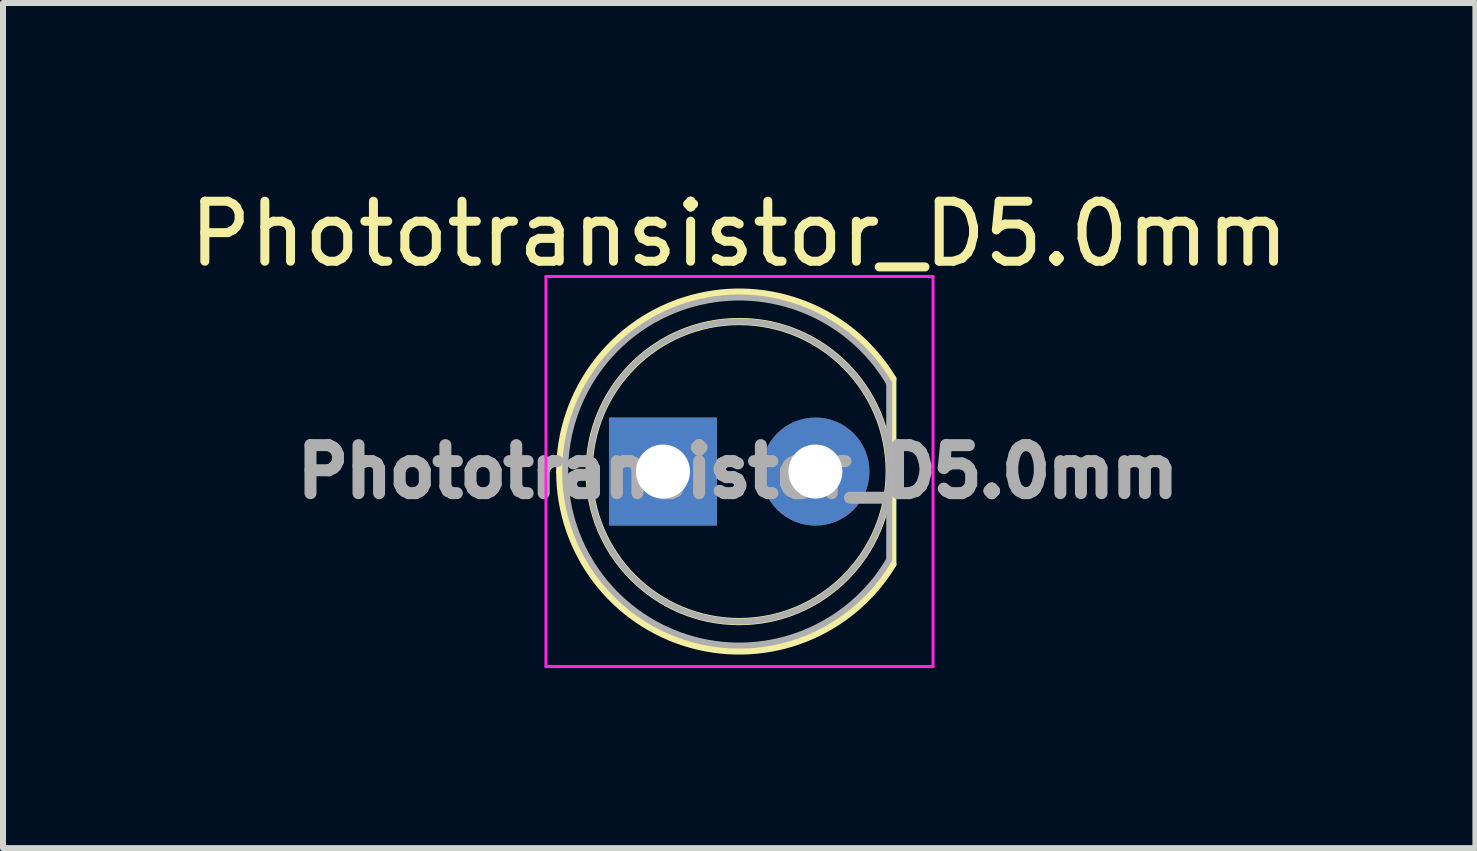
<source format=kicad_pcb>
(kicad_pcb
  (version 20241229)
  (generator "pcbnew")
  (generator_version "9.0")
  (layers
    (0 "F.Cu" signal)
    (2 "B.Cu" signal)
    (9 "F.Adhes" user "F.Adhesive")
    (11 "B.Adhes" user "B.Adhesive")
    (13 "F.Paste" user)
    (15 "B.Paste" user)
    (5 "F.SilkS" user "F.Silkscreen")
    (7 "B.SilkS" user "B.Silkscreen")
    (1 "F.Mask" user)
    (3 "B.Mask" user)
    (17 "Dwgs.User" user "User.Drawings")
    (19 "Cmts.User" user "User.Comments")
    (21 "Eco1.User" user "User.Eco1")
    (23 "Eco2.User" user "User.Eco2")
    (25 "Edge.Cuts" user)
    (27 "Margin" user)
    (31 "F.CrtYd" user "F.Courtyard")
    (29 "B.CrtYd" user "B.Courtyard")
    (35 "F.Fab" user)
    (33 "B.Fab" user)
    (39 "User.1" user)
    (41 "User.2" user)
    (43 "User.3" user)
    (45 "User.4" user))
  (footprint "Phototransistor_D5.0mm"
    (layer "F.Cu")
    (at 7.998 4.808)
    (property "Reference" "Phototransistor_D5.0mm" (at 1.27 -3.96 0) (layer "F.SilkS") (effects (font (size 1 1) (thickness 0.15))))
    (attr through_hole)
    (fp_line (start 3.83 1.545) (end 3.83 -1.545) (stroke (width 0.12) (type solid)) (layer "F.SilkS"))
    (fp_arc (start -1.72 0.000462) (mid 0.467998 -2.880433) (end 3.83 -1.54483) (stroke (width 0.12) (type solid)) (layer "F.SilkS"))
    (fp_arc (start 3.83 1.54483) (mid 0.467998 2.880433) (end -1.72 -0.000462) (stroke (width 0.12) (type solid)) (layer "F.SilkS"))
    (fp_circle (center 1.27 0) (end 3.77 0) (stroke (width 0.12) (type solid)) (fill no) (layer "F.SilkS"))
    (fp_line (start -1.95 -3.25) (end -1.95 3.25) (stroke (width 0.05) (type solid)) (layer "F.CrtYd"))
    (fp_line (start -1.95 3.25) (end 4.5 3.25) (stroke (width 0.05) (type solid)) (layer "F.CrtYd"))
    (fp_line (start 4.5 -3.25) (end -1.95 -3.25) (stroke (width 0.05) (type solid)) (layer "F.CrtYd"))
    (fp_line (start 4.5 3.25) (end 4.5 -3.25) (stroke (width 0.05) (type solid)) (layer "F.CrtYd"))
    (fp_line (start 3.77 1.47) (end 3.77 -1.47) (stroke (width 0.1) (type solid)) (layer "F.Fab"))
    (fp_arc (start 3.77 1.469694) (mid -1.63 -0.000016) (end 3.770016 -1.469666) (stroke (width 0.1) (type solid)) (layer "F.Fab"))
    (fp_circle (center 1.27 0) (end 3.77 0) (stroke (width 0.1) (type solid)) (fill no) (layer "F.Fab"))
    (fp_text user "${REFERENCE}" (at 1.25 0 0) (layer "F.Fab") (effects (font (size 0.8 0.8) (thickness 0.2))))
    (pad "1" thru_hole rect (at 0 0) (size 1.8 1.8) (drill 0.9) (layers "*.Cu" "*.Mask"))
    (pad "2" thru_hole circle (at 2.54 0) (size 1.8 1.8) (drill 0.9) (layers "*.Cu" "*.Mask")))
  (gr_rect
    (start -3 -3)
    (end 21.536 11.083)
    (stroke (width 0.1) (type default))
    (fill no)
    (layer "Edge.Cuts")))
</source>
